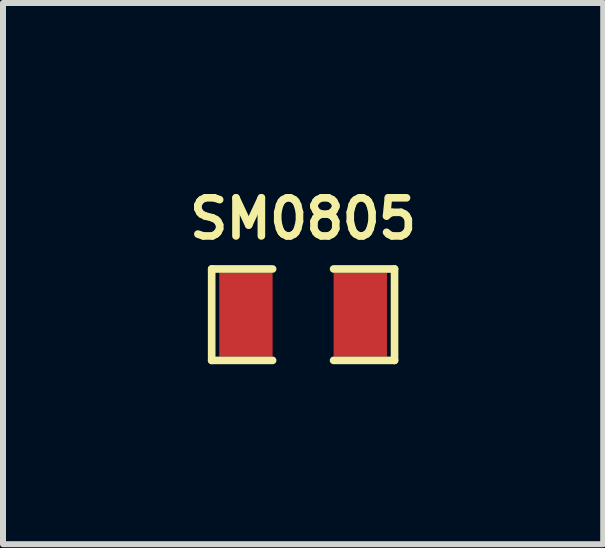
<source format=kicad_pcb>
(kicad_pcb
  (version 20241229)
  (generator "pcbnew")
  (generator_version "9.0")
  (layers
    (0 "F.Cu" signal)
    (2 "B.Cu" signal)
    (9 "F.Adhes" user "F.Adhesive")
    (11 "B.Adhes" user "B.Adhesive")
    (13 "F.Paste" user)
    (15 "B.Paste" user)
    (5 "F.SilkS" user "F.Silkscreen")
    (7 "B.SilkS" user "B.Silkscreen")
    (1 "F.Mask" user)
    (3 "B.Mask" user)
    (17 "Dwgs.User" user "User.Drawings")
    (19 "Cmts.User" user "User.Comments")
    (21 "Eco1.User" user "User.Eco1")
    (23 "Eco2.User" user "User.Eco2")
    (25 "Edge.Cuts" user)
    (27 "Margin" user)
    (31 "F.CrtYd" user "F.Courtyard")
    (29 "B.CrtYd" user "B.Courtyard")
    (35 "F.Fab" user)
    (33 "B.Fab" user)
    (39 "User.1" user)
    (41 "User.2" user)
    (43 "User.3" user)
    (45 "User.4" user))
  (footprint "SM0805"
    (layer "F.Cu")
    (at 2.002 2.195)
    (property "Reference" "SM0805" (at 0 -1.6 0) (layer "F.SilkS") (effects (font (size 0.635 0.635) (thickness 0.127))))
    (attr smd)
    (fp_line (start -1.524 -0.762) (end -0.508 -0.762) (stroke (width 0.127) (type solid)) (layer "F.SilkS"))
    (fp_line (start -1.524 0.762) (end -1.524 -0.762) (stroke (width 0.127) (type solid)) (layer "F.SilkS"))
    (fp_line (start -0.508 0.762) (end -1.524 0.762) (stroke (width 0.127) (type solid)) (layer "F.SilkS"))
    (fp_line (start 0.508 -0.762) (end 1.524 -0.762) (stroke (width 0.127) (type solid)) (layer "F.SilkS"))
    (fp_line (start 1.524 -0.762) (end 1.524 0.762) (stroke (width 0.127) (type solid)) (layer "F.SilkS"))
    (fp_line (start 1.524 0.762) (end 0.508 0.762) (stroke (width 0.127) (type solid)) (layer "F.SilkS"))
    (pad "1" smd rect (at -0.953 0) (size 0.889 1.397) (layers "F.Cu" "F.Mask" "F.Paste"))
    (pad "2" smd rect (at 0.953 0) (size 0.889 1.397) (layers "F.Cu" "F.Mask" "F.Paste")))
  (gr_rect
    (start -3 -3)
    (end 7.004 6.02)
    (stroke (width 0.1) (type default))
    (fill no)
    (layer "Edge.Cuts")))
</source>
